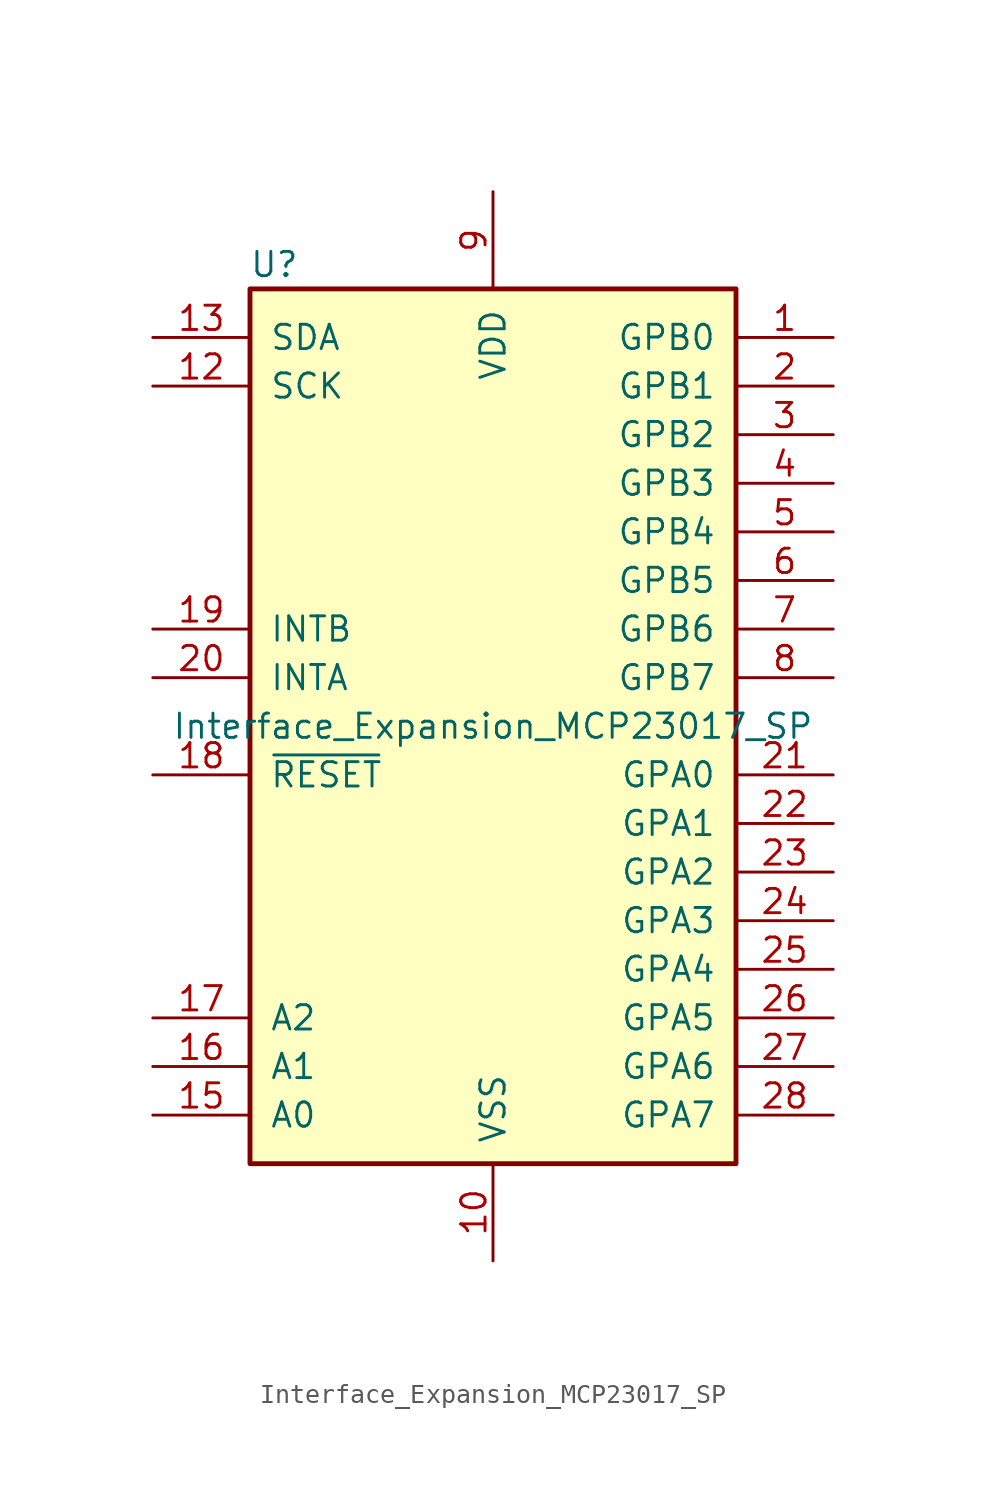
<source format=kicad_sym>
(kicad_symbol_lib
  (version 20211014)
  (generator kicad_symbol_editor)
  (symbol "Interface_Expansion_MCP23017_SP"
    (pin_names
      (offset 1.016))
    (property "Reference" "U"
      (at -11.43 24.13 0)
      (effects (font (size 1.27 1.27))))
    (property "Value" "Interface_Expansion_MCP23017_SP"
      (at 0 0 0)
      (effects (font (size 1.27 1.27))))
    (symbol "Interface_Expansion_MCP23017_SP_0_1"
      (rectangle (start -12.7 22.86) (end 12.7 -22.86) (stroke (width 0.254) (type default) (color 0 0 0 0)) (fill (type background))))
    (symbol "Interface_Expansion_MCP23017_SP_1_1"
      (pin bidirectional line (at 17.78 20.32 180) (length 5.08) (name "GPB0" (effects (font (size 1.27 1.27)))) (number "1" (effects (font (size 1.27 1.27)))))
      (pin power_in line (at 0 -27.94 90) (length 5.08) (name "VSS" (effects (font (size 1.27 1.27)))) (number "10" (effects (font (size 1.27 1.27)))))
      (pin no_connect line (at -12.7 15.24 0) (length 5.08) hide (name "NC" (effects (font (size 1.27 1.27)))) (number "11" (effects (font (size 1.27 1.27)))))
      (pin input line (at -17.78 17.78 0) (length 5.08) (name "SCK" (effects (font (size 1.27 1.27)))) (number "12" (effects (font (size 1.27 1.27)))))
      (pin bidirectional line (at -17.78 20.32 0) (length 5.08) (name "SDA" (effects (font (size 1.27 1.27)))) (number "13" (effects (font (size 1.27 1.27)))))
      (pin no_connect line (at -12.7 12.7 0) (length 5.08) hide (name "NC" (effects (font (size 1.27 1.27)))) (number "14" (effects (font (size 1.27 1.27)))))
      (pin input line (at -17.78 -20.32 0) (length 5.08) (name "A0" (effects (font (size 1.27 1.27)))) (number "15" (effects (font (size 1.27 1.27)))))
      (pin input line (at -17.78 -17.78 0) (length 5.08) (name "A1" (effects (font (size 1.27 1.27)))) (number "16" (effects (font (size 1.27 1.27)))))
      (pin input line (at -17.78 -15.24 0) (length 5.08) (name "A2" (effects (font (size 1.27 1.27)))) (number "17" (effects (font (size 1.27 1.27)))))
      (pin input line (at -17.78 -2.54 0) (length 5.08) (name "~{RESET}" (effects (font (size 1.27 1.27)))) (number "18" (effects (font (size 1.27 1.27)))))
      (pin tri_state line (at -17.78 5.08 0) (length 5.08) (name "INTB" (effects (font (size 1.27 1.27)))) (number "19" (effects (font (size 1.27 1.27)))))
      (pin bidirectional line (at 17.78 17.78 180) (length 5.08) (name "GPB1" (effects (font (size 1.27 1.27)))) (number "2" (effects (font (size 1.27 1.27)))))
      (pin tri_state line (at -17.78 2.54 0) (length 5.08) (name "INTA" (effects (font (size 1.27 1.27)))) (number "20" (effects (font (size 1.27 1.27)))))
      (pin bidirectional line (at 17.78 -2.54 180) (length 5.08) (name "GPA0" (effects (font (size 1.27 1.27)))) (number "21" (effects (font (size 1.27 1.27)))))
      (pin bidirectional line (at 17.78 -5.08 180) (length 5.08) (name "GPA1" (effects (font (size 1.27 1.27)))) (number "22" (effects (font (size 1.27 1.27)))))
      (pin bidirectional line (at 17.78 -7.62 180) (length 5.08) (name "GPA2" (effects (font (size 1.27 1.27)))) (number "23" (effects (font (size 1.27 1.27)))))
      (pin bidirectional line (at 17.78 -10.16 180) (length 5.08) (name "GPA3" (effects (font (size 1.27 1.27)))) (number "24" (effects (font (size 1.27 1.27)))))
      (pin bidirectional line (at 17.78 -12.7 180) (length 5.08) (name "GPA4" (effects (font (size 1.27 1.27)))) (number "25" (effects (font (size 1.27 1.27)))))
      (pin bidirectional line (at 17.78 -15.24 180) (length 5.08) (name "GPA5" (effects (font (size 1.27 1.27)))) (number "26" (effects (font (size 1.27 1.27)))))
      (pin bidirectional line (at 17.78 -17.78 180) (length 5.08) (name "GPA6" (effects (font (size 1.27 1.27)))) (number "27" (effects (font (size 1.27 1.27)))))
      (pin bidirectional line (at 17.78 -20.32 180) (length 5.08) (name "GPA7" (effects (font (size 1.27 1.27)))) (number "28" (effects (font (size 1.27 1.27)))))
      (pin bidirectional line (at 17.78 15.24 180) (length 5.08) (name "GPB2" (effects (font (size 1.27 1.27)))) (number "3" (effects (font (size 1.27 1.27)))))
      (pin bidirectional line (at 17.78 12.7 180) (length 5.08) (name "GPB3" (effects (font (size 1.27 1.27)))) (number "4" (effects (font (size 1.27 1.27)))))
      (pin bidirectional line (at 17.78 10.16 180) (length 5.08) (name "GPB4" (effects (font (size 1.27 1.27)))) (number "5" (effects (font (size 1.27 1.27)))))
      (pin bidirectional line (at 17.78 7.62 180) (length 5.08) (name "GPB5" (effects (font (size 1.27 1.27)))) (number "6" (effects (font (size 1.27 1.27)))))
      (pin bidirectional line (at 17.78 5.08 180) (length 5.08) (name "GPB6" (effects (font (size 1.27 1.27)))) (number "7" (effects (font (size 1.27 1.27)))))
      (pin bidirectional line (at 17.78 2.54 180) (length 5.08) (name "GPB7" (effects (font (size 1.27 1.27)))) (number "8" (effects (font (size 1.27 1.27)))))
      (pin power_in line (at 0 27.94 270) (length 5.08) (name "VDD" (effects (font (size 1.27 1.27)))) (number "9" (effects (font (size 1.27 1.27))))))))
</source>
